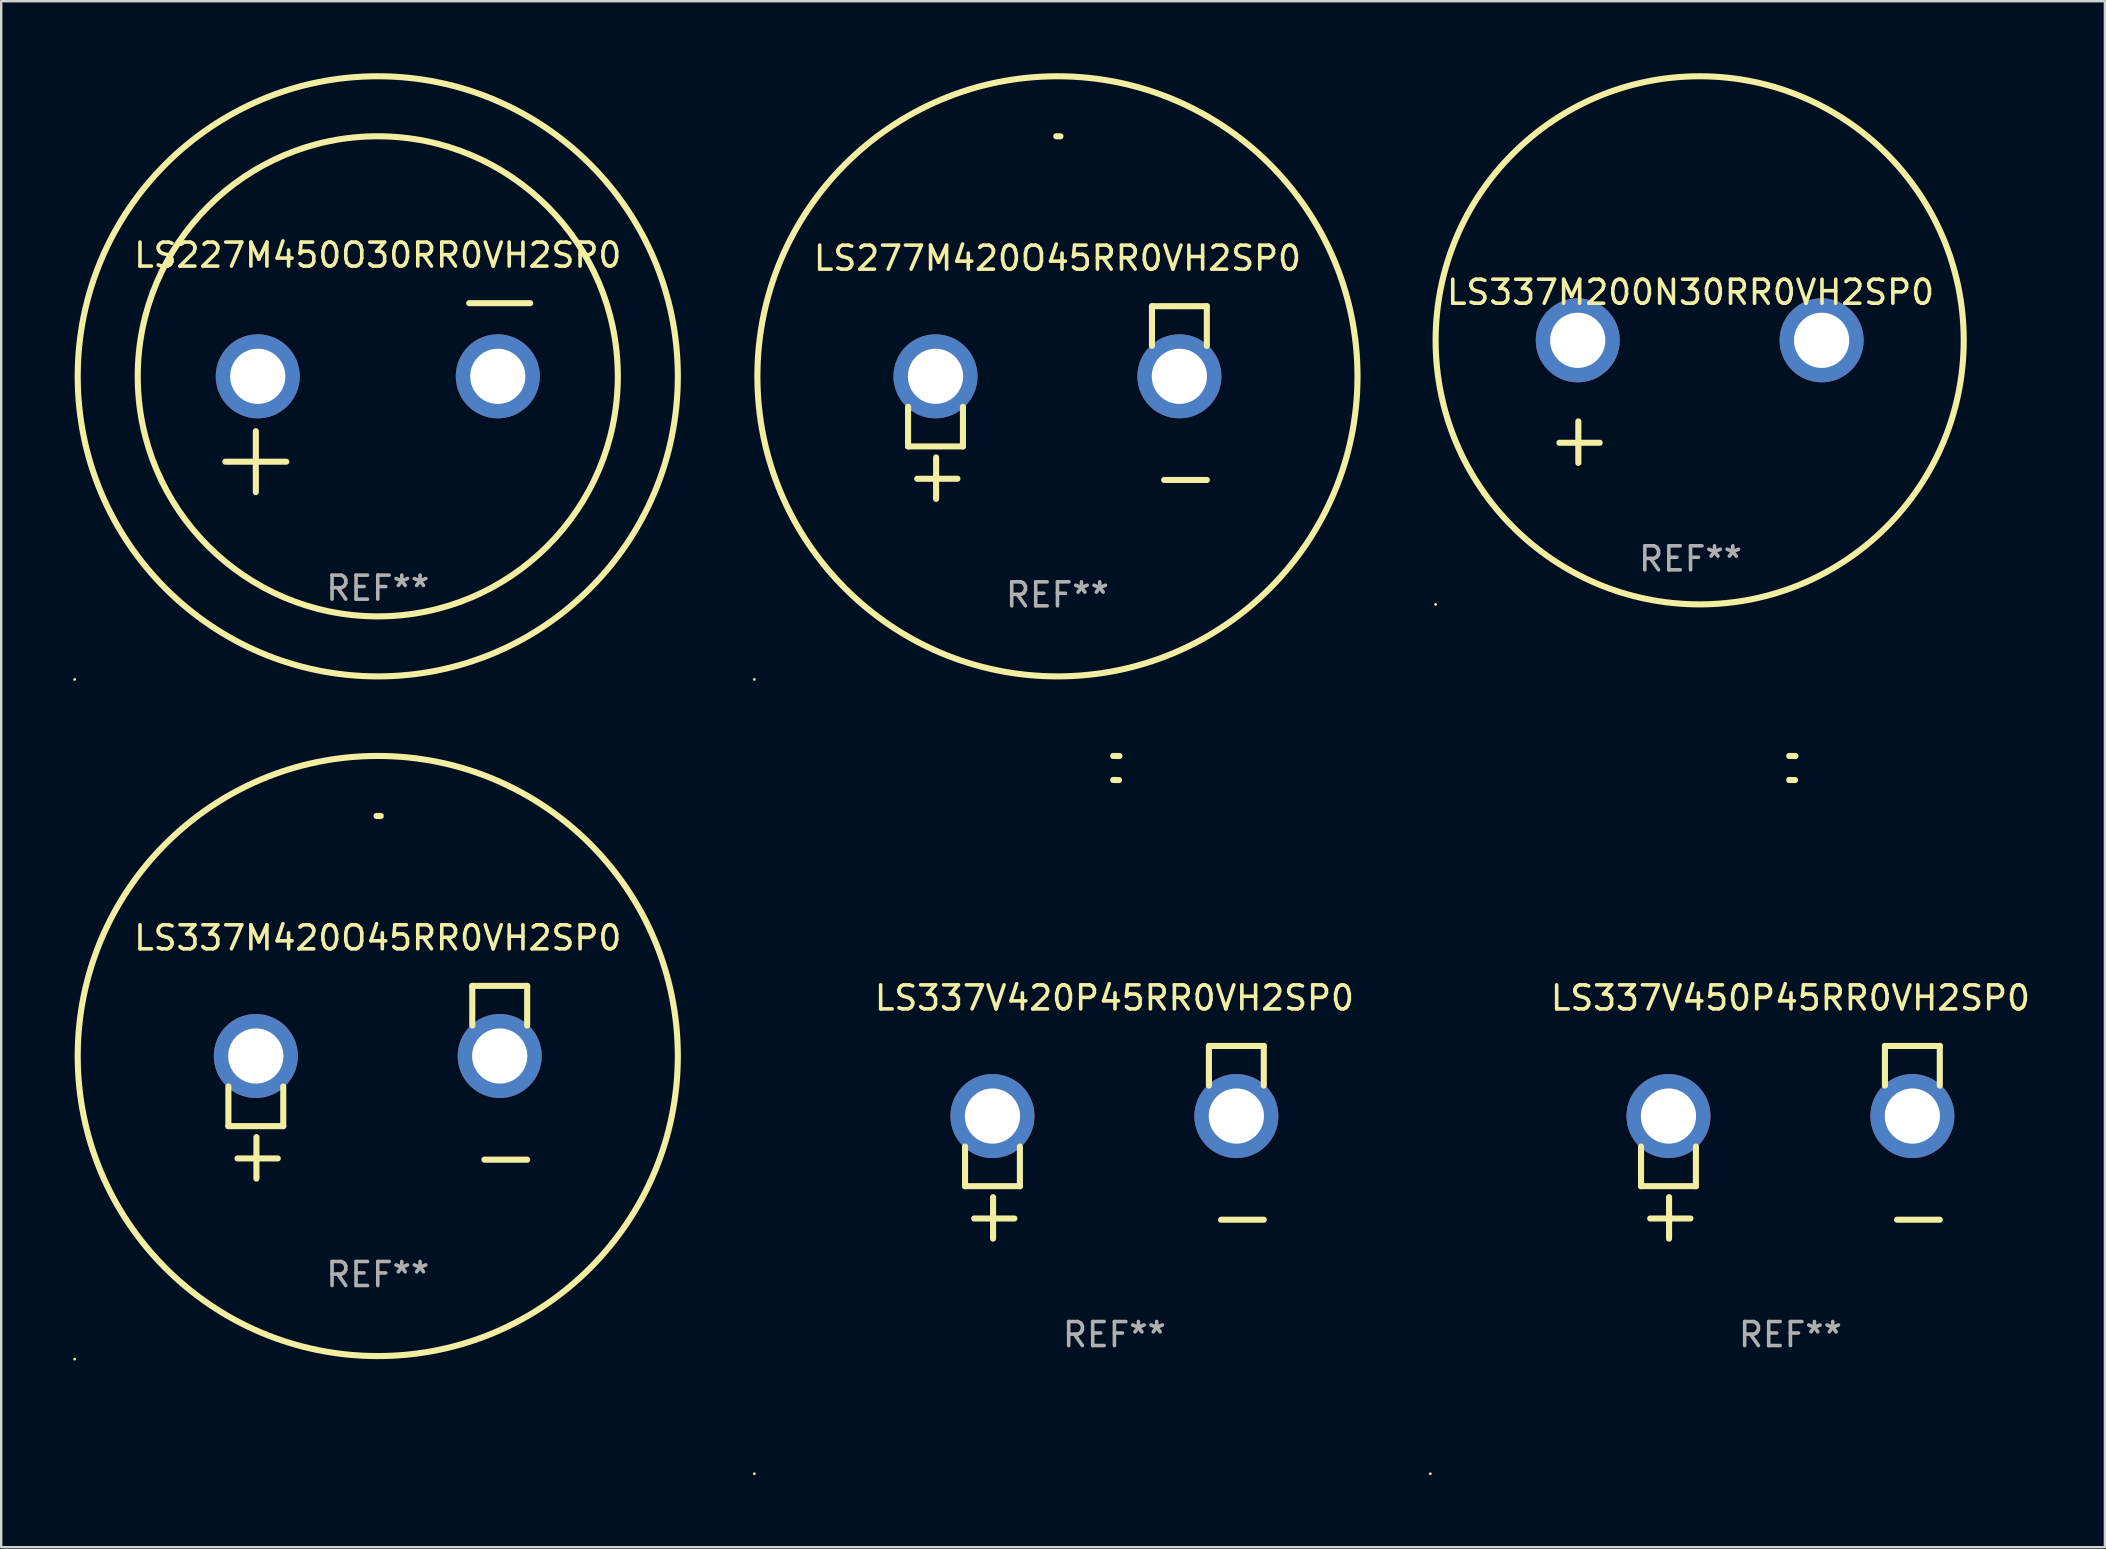
<source format=kicad_pcb>
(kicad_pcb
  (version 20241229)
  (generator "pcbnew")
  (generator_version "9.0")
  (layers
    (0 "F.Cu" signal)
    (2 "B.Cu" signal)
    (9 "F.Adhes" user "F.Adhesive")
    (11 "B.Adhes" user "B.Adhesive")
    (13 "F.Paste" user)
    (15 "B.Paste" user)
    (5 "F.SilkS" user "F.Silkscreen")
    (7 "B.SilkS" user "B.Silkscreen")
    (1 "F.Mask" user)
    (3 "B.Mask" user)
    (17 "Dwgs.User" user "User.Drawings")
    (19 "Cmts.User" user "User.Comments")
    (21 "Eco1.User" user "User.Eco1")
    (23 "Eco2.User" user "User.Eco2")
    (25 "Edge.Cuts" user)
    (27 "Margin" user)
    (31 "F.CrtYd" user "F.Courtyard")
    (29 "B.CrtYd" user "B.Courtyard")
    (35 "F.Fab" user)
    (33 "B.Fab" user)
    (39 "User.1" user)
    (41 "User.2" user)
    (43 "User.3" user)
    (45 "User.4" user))
  (footprint "LS277M420O45RR0VH2SP0"
    (layer "F.Cu")
    (at 41.001 13.719)
    (property "Reference" "LS277M420O45RR0VH2SP0" (at 0 -6.013 0) (layer "F.SilkS") (effects (font (size 1 1) (thickness 0.15))))
    (attr through_hole)
    (fp_line (start -6.223 0.178) (end -6.223 1.829) (stroke (width 0.254) (type solid)) (layer "F.SilkS"))
    (fp_line (start -6.223 1.829) (end -3.937 1.829) (stroke (width 0.254) (type solid)) (layer "F.SilkS"))
    (fp_line (start -5.055 4.013) (end -5.055 2.286) (stroke (width 0.254) (type solid)) (layer "F.SilkS"))
    (fp_line (start -4.166 3.175) (end -5.842 3.175) (stroke (width 0.254) (type solid)) (layer "F.SilkS"))
    (fp_line (start -3.937 1.829) (end -3.937 0.178) (stroke (width 0.254) (type solid)) (layer "F.SilkS"))
    (fp_line (start 3.937 -4.013) (end 3.937 -2.362) (stroke (width 0.254) (type solid)) (layer "F.SilkS"))
    (fp_line (start 6.223 -4.013) (end 3.937 -4.013) (stroke (width 0.254) (type solid)) (layer "F.SilkS"))
    (fp_line (start 6.223 -2.362) (end 6.223 -4.013) (stroke (width 0.254) (type solid)) (layer "F.SilkS"))
    (fp_line (start 6.223 3.226) (end 4.445 3.226) (stroke (width 0.254) (type solid)) (layer "F.SilkS"))
    (fp_arc (start -0.0508 -11.092202) (mid 0.036835 -11.091307) (end 0.12446 -11.089662) (stroke (width 0.254001) (type solid)) (layer "F.SilkS"))
    (fp_circle (center -12.627 11.535) (end -12.597 11.535) (stroke (width 0.06) (type solid)) (fill no) (layer "F.SilkS"))
    (fp_circle (center 0 -1.092) (end 12.5 -1.092) (stroke (width 0.254) (type solid)) (fill no) (layer "F.SilkS"))
    (fp_text user "REF**" (at 0 8.013 0) (layer "F.Fab") (effects (font (size 1 1) (thickness 0.15))))
    (pad "1" thru_hole circle (at -5.08 -1.092) (size 3.5 3.5) (drill 2.3) (layers "*.Cu" "*.Mask"))
    (pad "2" thru_hole circle (at 5.08 -1.092) (size 3.5 3.5) (drill 2.3) (layers "*.Cu" "*.Mask")))
  (footprint "LS337V420P45RR0VH2SP0"
    (layer "F.Cu")
    (at 43.374 44.535)
    (property "Reference" "LS337V420P45RR0VH2SP0" (at 0 -6.013 0) (layer "F.SilkS") (effects (font (size 1 1) (thickness 0.15))))
    (attr through_hole)
    (fp_line (start -6.223 0.178) (end -6.223 1.829) (stroke (width 0.254) (type solid)) (layer "F.SilkS"))
    (fp_line (start -6.223 1.829) (end -3.937 1.829) (stroke (width 0.254) (type solid)) (layer "F.SilkS"))
    (fp_line (start -5.055 4.013) (end -5.055 2.286) (stroke (width 0.254) (type solid)) (layer "F.SilkS"))
    (fp_line (start -4.166 3.175) (end -5.842 3.175) (stroke (width 0.254) (type solid)) (layer "F.SilkS"))
    (fp_line (start -3.937 1.829) (end -3.937 0.178) (stroke (width 0.254) (type solid)) (layer "F.SilkS"))
    (fp_line (start 3.937 -4.013) (end 3.937 -2.362) (stroke (width 0.254) (type solid)) (layer "F.SilkS"))
    (fp_line (start 6.223 -4.013) (end 3.937 -4.013) (stroke (width 0.254) (type solid)) (layer "F.SilkS"))
    (fp_line (start 6.223 -2.362) (end 6.223 -4.013) (stroke (width 0.254) (type solid)) (layer "F.SilkS"))
    (fp_line (start 6.223 3.226) (end 4.445 3.226) (stroke (width 0.254) (type solid)) (layer "F.SilkS"))
    (fp_arc (start -0.0508 -16.093472) (mid 0.080016 -16.092762) (end 0.210821 -16.090932) (stroke (width 0.254001) (type solid)) (layer "F.SilkS"))
    (fp_arc (start -0.0508 -15.09271) (mid 0.071125 -15.091961) (end 0.19304 -15.09017) (stroke (width 0.254001) (type solid)) (layer "F.SilkS"))
    (fp_circle (center -15 13.808) (end -14.97 13.808) (stroke (width 0.06) (type solid)) (fill no) (layer "F.SilkS"))
    (fp_text user "REF**" (at 0 8.013 0) (layer "F.Fab") (effects (font (size 1 1) (thickness 0.15))))
    (pad "1" thru_hole circle (at -5.08 -1.092) (size 3.5 3.5) (drill 2.3) (layers "*.Cu" "*.Mask"))
    (pad "2" thru_hole circle (at 5.08 -1.092) (size 3.5 3.5) (drill 2.3) (layers "*.Cu" "*.Mask")))
  (footprint "LS337M420O45RR0VH2SP0"
    (layer "F.Cu")
    (at 12.687 42.033)
    (property "Reference" "LS337M420O45RR0VH2SP0" (at 0 -6.013 0) (layer "F.SilkS") (effects (font (size 1 1) (thickness 0.15))))
    (attr through_hole)
    (fp_line (start -6.223 0.178) (end -6.223 1.829) (stroke (width 0.254) (type solid)) (layer "F.SilkS"))
    (fp_line (start -6.223 1.829) (end -3.937 1.829) (stroke (width 0.254) (type solid)) (layer "F.SilkS"))
    (fp_line (start -5.055 4.013) (end -5.055 2.286) (stroke (width 0.254) (type solid)) (layer "F.SilkS"))
    (fp_line (start -4.166 3.175) (end -5.842 3.175) (stroke (width 0.254) (type solid)) (layer "F.SilkS"))
    (fp_line (start -3.937 1.829) (end -3.937 0.178) (stroke (width 0.254) (type solid)) (layer "F.SilkS"))
    (fp_line (start 3.937 -4.013) (end 3.937 -2.362) (stroke (width 0.254) (type solid)) (layer "F.SilkS"))
    (fp_line (start 6.223 -4.013) (end 3.937 -4.013) (stroke (width 0.254) (type solid)) (layer "F.SilkS"))
    (fp_line (start 6.223 -2.362) (end 6.223 -4.013) (stroke (width 0.254) (type solid)) (layer "F.SilkS"))
    (fp_line (start 6.223 3.226) (end 4.445 3.226) (stroke (width 0.254) (type solid)) (layer "F.SilkS"))
    (fp_arc (start -0.0508 -11.092202) (mid 0.036835 -11.091307) (end 0.12446 -11.089662) (stroke (width 0.254001) (type solid)) (layer "F.SilkS"))
    (fp_circle (center -12.627 11.535) (end -12.597 11.535) (stroke (width 0.06) (type solid)) (fill no) (layer "F.SilkS"))
    (fp_circle (center 0 -1.092) (end 12.5 -1.092) (stroke (width 0.254) (type solid)) (fill no) (layer "F.SilkS"))
    (fp_text user "REF**" (at 0 8.013 0) (layer "F.Fab") (effects (font (size 1 1) (thickness 0.15))))
    (pad "1" thru_hole circle (at -5.08 -1.092) (size 3.5 3.5) (drill 2.3) (layers "*.Cu" "*.Mask"))
    (pad "2" thru_hole circle (at 5.08 -1.092) (size 3.5 3.5) (drill 2.3) (layers "*.Cu" "*.Mask")))
  (footprint "LS337M200N30RR0VH2SP0"
    (layer "F.Cu")
    (at 67.374 13.68)
    (property "Reference" "LS337M200N30RR0VH2SP0" (at 0 -4.553 0) (layer "F.SilkS") (effects (font (size 1 1) (thickness 0.15))))
    (attr through_hole)
    (fp_line (start -4.674 2.553) (end -4.674 0.826) (stroke (width 0.254) (type solid)) (layer "F.SilkS"))
    (fp_line (start -3.785 1.715) (end -5.461 1.715) (stroke (width 0.254) (type solid)) (layer "F.SilkS"))
    (fp_circle (center -10.619 8.447) (end -10.589 8.447) (stroke (width 0.06) (type solid)) (fill no) (layer "F.SilkS"))
    (fp_circle (center 0.381 -2.553) (end 11.381 -2.553) (stroke (width 0.254) (type solid)) (fill no) (layer "F.SilkS"))
    (fp_text user "REF**" (at 0 6.553 0) (layer "F.Fab") (effects (font (size 1 1) (thickness 0.15))))
    (pad "1" thru_hole circle (at -4.699 -2.553) (size 3.5 3.5) (drill 2.3) (layers "*.Cu" "*.Mask"))
    (pad "2" thru_hole circle (at 5.461 -2.553) (size 3.5 3.5) (drill 2.3) (layers "*.Cu" "*.Mask")))
  (footprint "LS227M450O30RR0VH2SP0"
    (layer "F.Cu")
    (at 12.687 13.516)
    (property "Reference" "LS227M450O30RR0VH2SP0" (at 0 -5.937 0) (layer "F.SilkS") (effects (font (size 1 1) (thickness 0.15))))
    (attr through_hole)
    (fp_line (start -6.35 2.667) (end -3.81 2.667) (stroke (width 0.254) (type solid)) (layer "F.SilkS"))
    (fp_line (start -5.08 1.397) (end -5.08 3.937) (stroke (width 0.254) (type solid)) (layer "F.SilkS"))
    (fp_line (start 3.81 -3.937) (end 6.35 -3.937) (stroke (width 0.254) (type solid)) (layer "F.SilkS"))
    (fp_circle (center -12.627 11.738) (end -12.597 11.738) (stroke (width 0.06) (type solid)) (fill no) (layer "F.SilkS"))
    (fp_circle (center 0 -0.889) (end 10 -0.889) (stroke (width 0.254) (type solid)) (fill no) (layer "F.SilkS"))
    (fp_circle (center 0 -0.889) (end 12.5 -0.889) (stroke (width 0.254) (type solid)) (fill no) (layer "F.SilkS"))
    (fp_text user "REF**" (at 0 7.937 0) (layer "F.Fab") (effects (font (size 1 1) (thickness 0.15))))
    (pad "1" thru_hole circle (at -5 -0.889) (size 3.5 3.5) (drill 2.3) (layers "*.Cu" "*.Mask"))
    (pad "2" thru_hole circle (at 5 -0.889) (size 3.5 3.5) (drill 2.3) (layers "*.Cu" "*.Mask")))
  (footprint "LS337V450P45RR0VH2SP0"
    (layer "F.Cu")
    (at 71.535 44.535)
    (property "Reference" "LS337V450P45RR0VH2SP0" (at 0 -6.013 0) (layer "F.SilkS") (effects (font (size 1 1) (thickness 0.15))))
    (attr through_hole)
    (fp_line (start -6.223 0.178) (end -6.223 1.829) (stroke (width 0.254) (type solid)) (layer "F.SilkS"))
    (fp_line (start -6.223 1.829) (end -3.937 1.829) (stroke (width 0.254) (type solid)) (layer "F.SilkS"))
    (fp_line (start -5.055 4.013) (end -5.055 2.286) (stroke (width 0.254) (type solid)) (layer "F.SilkS"))
    (fp_line (start -4.166 3.175) (end -5.842 3.175) (stroke (width 0.254) (type solid)) (layer "F.SilkS"))
    (fp_line (start -3.937 1.829) (end -3.937 0.178) (stroke (width 0.254) (type solid)) (layer "F.SilkS"))
    (fp_line (start 3.937 -4.013) (end 3.937 -2.362) (stroke (width 0.254) (type solid)) (layer "F.SilkS"))
    (fp_line (start 6.223 -4.013) (end 3.937 -4.013) (stroke (width 0.254) (type solid)) (layer "F.SilkS"))
    (fp_line (start 6.223 -2.362) (end 6.223 -4.013) (stroke (width 0.254) (type solid)) (layer "F.SilkS"))
    (fp_line (start 6.223 3.226) (end 4.445 3.226) (stroke (width 0.254) (type solid)) (layer "F.SilkS"))
    (fp_arc (start -0.0508 -16.093472) (mid 0.080016 -16.092762) (end 0.210821 -16.090932) (stroke (width 0.254001) (type solid)) (layer "F.SilkS"))
    (fp_arc (start -0.0508 -15.09271) (mid 0.071125 -15.091961) (end 0.19304 -15.09017) (stroke (width 0.254001) (type solid)) (layer "F.SilkS"))
    (fp_circle (center -15 13.808) (end -14.97 13.808) (stroke (width 0.06) (type solid)) (fill no) (layer "F.SilkS"))
    (fp_text user "REF**" (at 0 8.013 0) (layer "F.Fab") (effects (font (size 1 1) (thickness 0.15))))
    (pad "1" thru_hole circle (at -5.08 -1.092) (size 3.5 3.5) (drill 2.3) (layers "*.Cu" "*.Mask"))
    (pad "2" thru_hole circle (at 5.08 -1.092) (size 3.5 3.5) (drill 2.3) (layers "*.Cu" "*.Mask")))
  (gr_rect
    (start -3 -3)
    (end 84.636 61.403)
    (stroke (width 0.1) (type default))
    (fill no)
    (layer "Edge.Cuts")))
</source>
